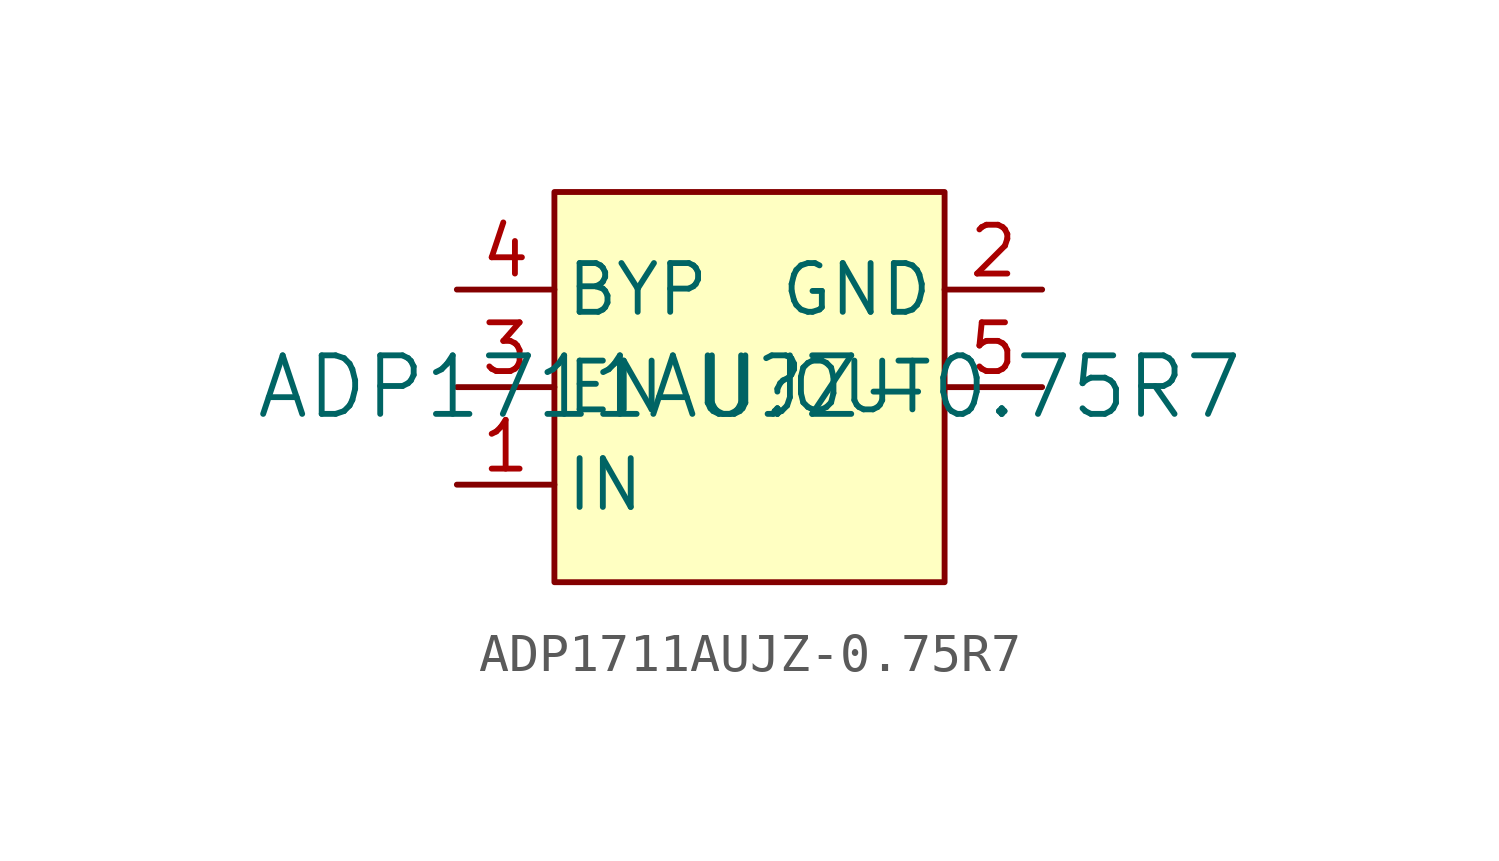
<source format=kicad_sym>
(kicad_symbol_lib
  (version 20220914)
  (generator kicad_symbol_editor)
  (symbol "ADP1711AUJZ-0.75R7"
    (pin_names
      (offset 0.254))
    (property "Reference" "U"
      (at 0 0 0)
      (effects (font (size 1.524 1.524))))
    (property "Value" "ADP1711AUJZ-0.75R7"
      (at 0 0 0)
      (effects (font (size 1.524 1.524))))
    (property "ki_locked" ""
      (at 0 0 0)
      (effects (font (size 1.27 1.27))))
    (symbol "ADP1711AUJZ-0.75R7_1_1"
      (rectangle (start -5.08 5.08) (end 5.08 -5.08) (stroke (width 0) (type default)) (fill (type background)))
      (pin unspecified line (at -7.62 -2.54 0) (length 2.54) (name "IN" (effects (font (size 1.27 1.27)))) (number "1" (effects (font (size 1.27 1.27)))))
      (pin unspecified line (at 7.62 2.54 180) (length 2.54) (name "GND" (effects (font (size 1.27 1.27)))) (number "2" (effects (font (size 1.27 1.27)))))
      (pin unspecified line (at -7.62 0 0) (length 2.54) (name "EN" (effects (font (size 1.27 1.27)))) (number "3" (effects (font (size 1.27 1.27)))))
      (pin unspecified line (at -7.62 2.54 0) (length 2.54) (name "BYP" (effects (font (size 1.27 1.27)))) (number "4" (effects (font (size 1.27 1.27)))))
      (pin unspecified line (at 7.62 0 180) (length 2.54) (name "OUT" (effects (font (size 1.27 1.27)))) (number "5" (effects (font (size 1.27 1.27))))))))
</source>
